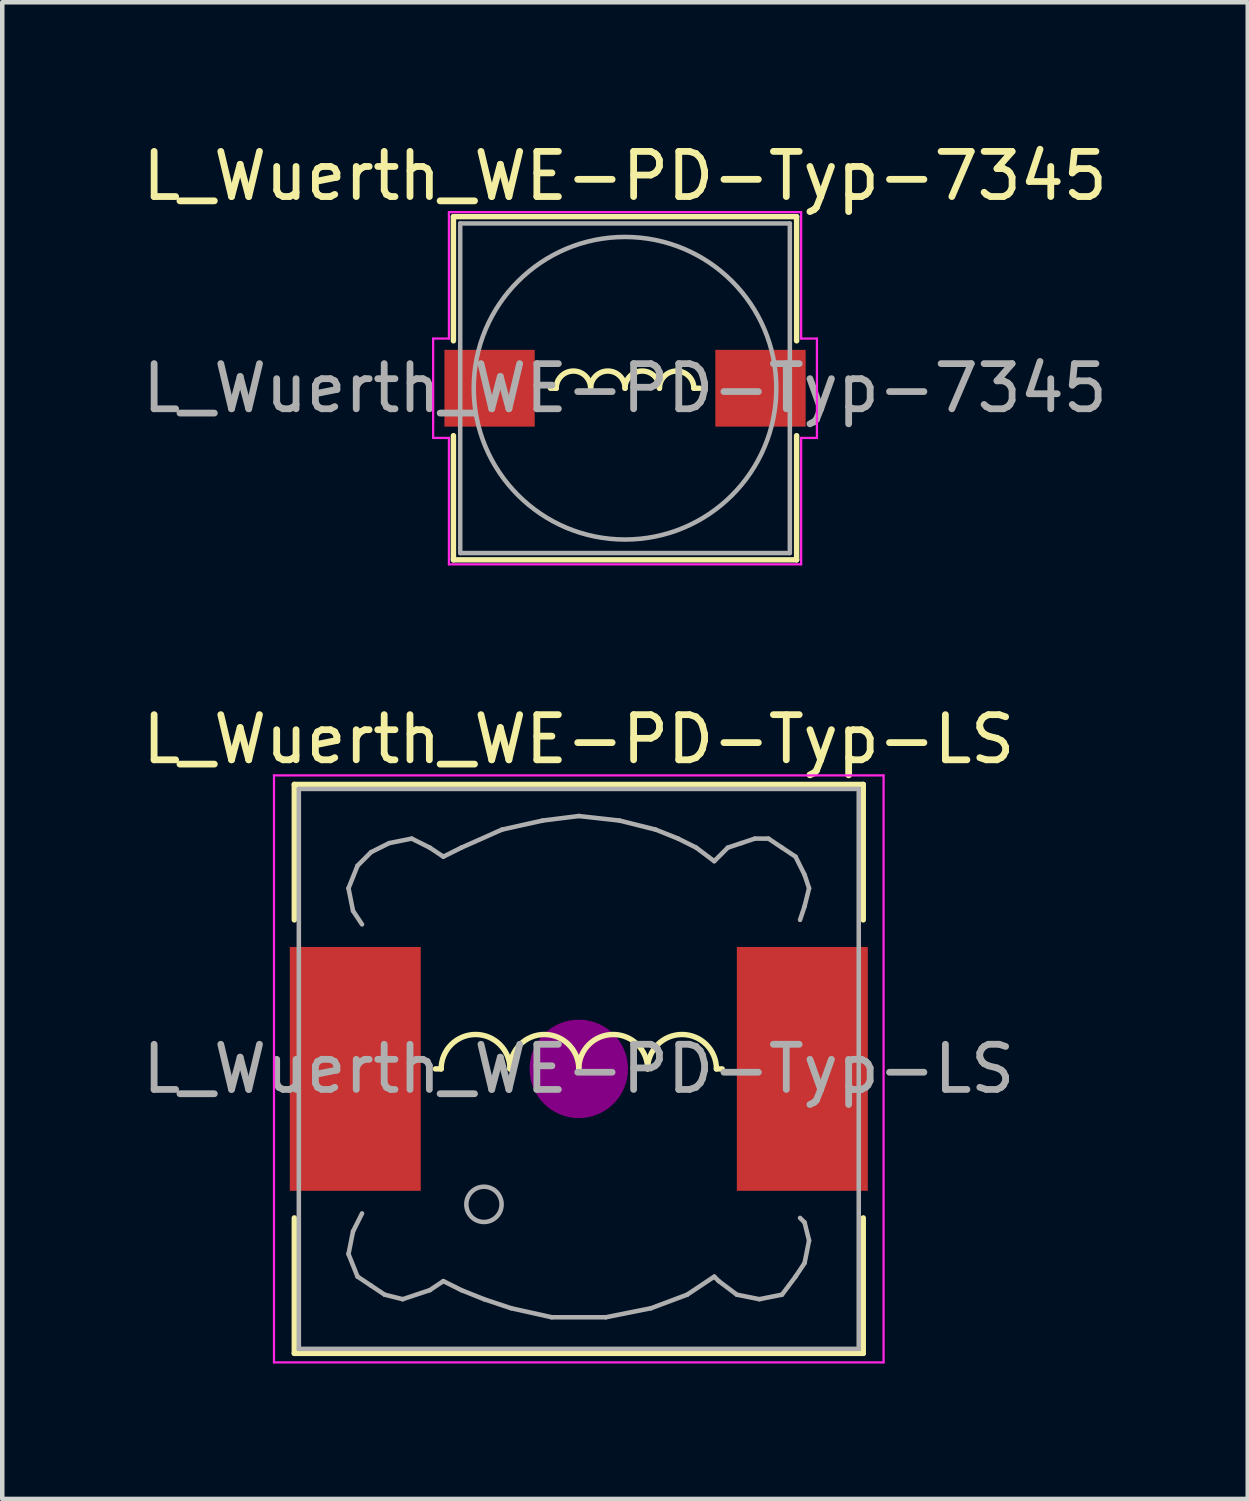
<source format=kicad_pcb>
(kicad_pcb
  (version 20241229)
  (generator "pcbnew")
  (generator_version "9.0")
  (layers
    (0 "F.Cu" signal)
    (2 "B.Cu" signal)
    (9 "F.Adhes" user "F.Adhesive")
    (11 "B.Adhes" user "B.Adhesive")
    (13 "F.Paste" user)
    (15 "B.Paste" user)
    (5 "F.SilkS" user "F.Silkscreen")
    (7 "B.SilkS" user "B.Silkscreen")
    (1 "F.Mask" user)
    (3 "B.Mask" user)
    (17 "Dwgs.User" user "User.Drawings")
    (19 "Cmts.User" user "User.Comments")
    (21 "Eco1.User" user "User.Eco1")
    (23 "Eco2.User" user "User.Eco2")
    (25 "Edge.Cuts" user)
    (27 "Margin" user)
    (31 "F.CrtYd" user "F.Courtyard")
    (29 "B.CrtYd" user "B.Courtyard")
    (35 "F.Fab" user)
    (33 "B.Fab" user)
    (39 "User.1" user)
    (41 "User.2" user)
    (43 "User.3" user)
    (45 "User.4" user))
  (footprint "L_Wuerth_WE-PD-Typ-7345"
    (layer "F.Cu")
    (at 10.792 5.548)
    (property "Reference" "L_Wuerth_WE-PD-Typ-7345" (at 0 -4.7 0) (layer "F.SilkS") (effects (font (size 1 1) (thickness 0.15))))
    (attr smd)
    (fp_line (start -3.8 -3.8) (end 3.8 -3.8) (stroke (width 0.12) (type solid)) (layer "F.SilkS"))
    (fp_line (start -3.8 -1.05) (end -3.8 -3.8) (stroke (width 0.12) (type solid)) (layer "F.SilkS"))
    (fp_line (start -3.8 3.8) (end -3.8 1.05) (stroke (width 0.12) (type solid)) (layer "F.SilkS"))
    (fp_line (start -3.8 3.8) (end 3.8 3.8) (stroke (width 0.12) (type solid)) (layer "F.SilkS"))
    (fp_line (start -1.524 0) (end -1.651 0) (stroke (width 0.12) (type solid)) (layer "F.SilkS"))
    (fp_line (start 1.524 0) (end 1.651 0) (stroke (width 0.12) (type solid)) (layer "F.SilkS"))
    (fp_line (start 3.8 -1.05) (end 3.8 -3.8) (stroke (width 0.12) (type solid)) (layer "F.SilkS"))
    (fp_line (start 3.8 3.8) (end 3.8 1.05) (stroke (width 0.12) (type solid)) (layer "F.SilkS"))
    (fp_arc (start -1.524 0) (mid -1.143 -0.381) (end -0.762 0) (stroke (width 0.12) (type solid)) (layer "F.SilkS"))
    (fp_arc (start -0.762 0) (mid -0.381 -0.381) (end 0 0) (stroke (width 0.12) (type solid)) (layer "F.SilkS"))
    (fp_arc (start 0 0) (mid 0.381 -0.381) (end 0.762 0) (stroke (width 0.12) (type solid)) (layer "F.SilkS"))
    (fp_arc (start 0.762 0) (mid 1.143 -0.381) (end 1.524 0) (stroke (width 0.12) (type solid)) (layer "F.SilkS"))
    (fp_line (start -4.25 -1.1) (end -3.9 -1.1) (stroke (width 0.05) (type solid)) (layer "F.CrtYd"))
    (fp_line (start -4.25 1.1) (end -4.25 -1.1) (stroke (width 0.05) (type solid)) (layer "F.CrtYd"))
    (fp_line (start -4.25 1.1) (end -3.9 1.1) (stroke (width 0.05) (type solid)) (layer "F.CrtYd"))
    (fp_line (start -3.9 -3.9) (end 3.9 -3.9) (stroke (width 0.05) (type solid)) (layer "F.CrtYd"))
    (fp_line (start -3.9 -1.1) (end -3.9 -3.9) (stroke (width 0.05) (type solid)) (layer "F.CrtYd"))
    (fp_line (start -3.9 3.9) (end -3.9 1.1) (stroke (width 0.05) (type solid)) (layer "F.CrtYd"))
    (fp_line (start 3.9 -1.1) (end 3.9 -3.9) (stroke (width 0.05) (type solid)) (layer "F.CrtYd"))
    (fp_line (start 3.9 -1.1) (end 4.25 -1.1) (stroke (width 0.05) (type solid)) (layer "F.CrtYd"))
    (fp_line (start 3.9 1.1) (end 4.25 1.1) (stroke (width 0.05) (type solid)) (layer "F.CrtYd"))
    (fp_line (start 3.9 3.9) (end -3.9 3.9) (stroke (width 0.05) (type solid)) (layer "F.CrtYd"))
    (fp_line (start 3.9 3.9) (end 3.9 1.1) (stroke (width 0.05) (type solid)) (layer "F.CrtYd"))
    (fp_line (start 4.25 1.1) (end 4.25 -1.1) (stroke (width 0.05) (type solid)) (layer "F.CrtYd"))
    (fp_line (start -3.65 -3.65) (end -3.65 3.65) (stroke (width 0.1) (type solid)) (layer "F.Fab"))
    (fp_line (start -3.65 3.65) (end 3.65 3.65) (stroke (width 0.1) (type solid)) (layer "F.Fab"))
    (fp_line (start 3.65 -3.65) (end -3.65 -3.65) (stroke (width 0.1) (type solid)) (layer "F.Fab"))
    (fp_line (start 3.65 3.65) (end 3.65 -3.65) (stroke (width 0.1) (type solid)) (layer "F.Fab"))
    (fp_circle (center 0 0) (end 3.35 -0.05) (stroke (width 0.1) (type solid)) (fill no) (layer "F.Fab"))
    (fp_text user "${REFERENCE}" (at 0 0 0) (layer "F.Fab") (effects (font (size 1 1) (thickness 0.15))))
    (pad "1" smd rect (at -3 0) (size 2 1.7) (layers "F.Cu" "F.Mask" "F.Paste"))
    (pad "2" smd rect (at 3 0) (size 2 1.7) (layers "F.Cu" "F.Mask" "F.Paste")))
  (footprint "L_Wuerth_WE-PD-Typ-LS"
    (layer "F.Cu")
    (at 9.768 20.622)
    (property "Reference" "L_Wuerth_WE-PD-Typ-LS" (at 0 -7.3 0) (layer "F.SilkS") (effects (font (size 1 1) (thickness 0.15))))
    (attr smd)
    (fp_line (start -6.3 -6.3) (end 6.3 -6.3) (stroke (width 0.12) (type solid)) (layer "F.SilkS"))
    (fp_line (start -6.3 -3.3) (end -6.3 -6.3) (stroke (width 0.12) (type solid)) (layer "F.SilkS"))
    (fp_line (start -6.3 6.3) (end -6.3 3.3) (stroke (width 0.12) (type solid)) (layer "F.SilkS"))
    (fp_line (start -3.048 0) (end -3.175 0) (stroke (width 0.12) (type solid)) (layer "F.SilkS"))
    (fp_line (start 3.175 0) (end 3.048 0) (stroke (width 0.12) (type solid)) (layer "F.SilkS"))
    (fp_line (start 6.3 -6.3) (end 6.3 -3.3) (stroke (width 0.12) (type solid)) (layer "F.SilkS"))
    (fp_line (start 6.3 3.3) (end 6.3 6.3) (stroke (width 0.12) (type solid)) (layer "F.SilkS"))
    (fp_line (start 6.3 6.3) (end -6.3 6.3) (stroke (width 0.12) (type solid)) (layer "F.SilkS"))
    (fp_arc (start -3.048 0) (mid -2.286 -0.762) (end -1.524 0) (stroke (width 0.12) (type solid)) (layer "F.SilkS"))
    (fp_arc (start -1.524 0) (mid -0.762 -0.762) (end 0 0) (stroke (width 0.12) (type solid)) (layer "F.SilkS"))
    (fp_arc (start 0 0) (mid 0.762 -0.762) (end 1.524 0) (stroke (width 0.12) (type solid)) (layer "F.SilkS"))
    (fp_arc (start 1.524 0) (mid 2.286 -0.762) (end 3.048 0) (stroke (width 0.12) (type solid)) (layer "F.SilkS"))
    (fp_circle (center 0 0) (end 0.15 0.15) (stroke (width 0.38) (type solid)) (fill no) (layer "F.Adhes"))
    (fp_circle (center 0 0) (end 0.55 0) (stroke (width 0.38) (type solid)) (fill no) (layer "F.Adhes"))
    (fp_circle (center 0 0) (end 0.9 0) (stroke (width 0.38) (type solid)) (fill no) (layer "F.Adhes"))
    (fp_line (start -6.75 -6.5) (end 6.75 -6.5) (stroke (width 0.05) (type solid)) (layer "F.CrtYd"))
    (fp_line (start -6.75 6.5) (end -6.75 -6.5) (stroke (width 0.05) (type solid)) (layer "F.CrtYd"))
    (fp_line (start 6.75 -6.5) (end 6.75 6.5) (stroke (width 0.05) (type solid)) (layer "F.CrtYd"))
    (fp_line (start 6.75 6.5) (end -6.75 6.5) (stroke (width 0.05) (type solid)) (layer "F.CrtYd"))
    (fp_line (start -6.2 -6.2) (end -6.2 6.2) (stroke (width 0.1) (type solid)) (layer "F.Fab"))
    (fp_line (start -6.2 6.2) (end 6.2 6.2) (stroke (width 0.1) (type solid)) (layer "F.Fab"))
    (fp_line (start -5.1 -4) (end -5 -3.5) (stroke (width 0.1) (type solid)) (layer "F.Fab"))
    (fp_line (start -5.1 4.1) (end -5 3.6) (stroke (width 0.1) (type solid)) (layer "F.Fab"))
    (fp_line (start -5 -3.5) (end -4.8 -3.2) (stroke (width 0.1) (type solid)) (layer "F.Fab"))
    (fp_line (start -5 3.6) (end -4.8 3.2) (stroke (width 0.1) (type solid)) (layer "F.Fab"))
    (fp_line (start -4.9 -4.5) (end -5.1 -4) (stroke (width 0.1) (type solid)) (layer "F.Fab"))
    (fp_line (start -4.9 4.6) (end -5.1 4.1) (stroke (width 0.1) (type solid)) (layer "F.Fab"))
    (fp_line (start -4.6 -4.8) (end -4.9 -4.5) (stroke (width 0.1) (type solid)) (layer "F.Fab"))
    (fp_line (start -4.6 4.8) (end -4.9 4.6) (stroke (width 0.1) (type solid)) (layer "F.Fab"))
    (fp_line (start -4.3 5) (end -4.6 4.8) (stroke (width 0.1) (type solid)) (layer "F.Fab"))
    (fp_line (start -4.2 -5) (end -4.6 -4.8) (stroke (width 0.1) (type solid)) (layer "F.Fab"))
    (fp_line (start -3.9 5.1) (end -4.3 5) (stroke (width 0.1) (type solid)) (layer "F.Fab"))
    (fp_line (start -3.7 -5.1) (end -4.2 -5) (stroke (width 0.1) (type solid)) (layer "F.Fab"))
    (fp_line (start -3.3 -4.9) (end -3.7 -5.1) (stroke (width 0.1) (type solid)) (layer "F.Fab"))
    (fp_line (start -3.3 4.9) (end -3.9 5.1) (stroke (width 0.1) (type solid)) (layer "F.Fab"))
    (fp_line (start -3 -4.7) (end -3.3 -4.9) (stroke (width 0.1) (type solid)) (layer "F.Fab"))
    (fp_line (start -3 4.7) (end -3.3 4.9) (stroke (width 0.1) (type solid)) (layer "F.Fab"))
    (fp_line (start -2.6 -4.9) (end -3 -4.7) (stroke (width 0.1) (type solid)) (layer "F.Fab"))
    (fp_line (start -2.6 4.9) (end -3 4.7) (stroke (width 0.1) (type solid)) (layer "F.Fab"))
    (fp_line (start -2.1 5.1) (end -2.6 4.9) (stroke (width 0.1) (type solid)) (layer "F.Fab"))
    (fp_line (start -1.7 -5.3) (end -2.6 -4.9) (stroke (width 0.1) (type solid)) (layer "F.Fab"))
    (fp_line (start -1.5 5.3) (end -2.1 5.1) (stroke (width 0.1) (type solid)) (layer "F.Fab"))
    (fp_line (start -0.8 -5.5) (end -1.7 -5.3) (stroke (width 0.1) (type solid)) (layer "F.Fab"))
    (fp_line (start -0.6 5.5) (end -1.5 5.3) (stroke (width 0.1) (type solid)) (layer "F.Fab"))
    (fp_line (start 0 -5.6) (end -0.8 -5.5) (stroke (width 0.1) (type solid)) (layer "F.Fab"))
    (fp_line (start 0.6 5.5) (end -0.6 5.5) (stroke (width 0.1) (type solid)) (layer "F.Fab"))
    (fp_line (start 0.9 -5.5) (end 0 -5.6) (stroke (width 0.1) (type solid)) (layer "F.Fab"))
    (fp_line (start 1.6 5.3) (end 0.6 5.5) (stroke (width 0.1) (type solid)) (layer "F.Fab"))
    (fp_line (start 1.7 -5.3) (end 0.9 -5.5) (stroke (width 0.1) (type solid)) (layer "F.Fab"))
    (fp_line (start 2.2 -5.1) (end 1.7 -5.3) (stroke (width 0.1) (type solid)) (layer "F.Fab"))
    (fp_line (start 2.4 5) (end 1.6 5.3) (stroke (width 0.1) (type solid)) (layer "F.Fab"))
    (fp_line (start 2.6 -4.9) (end 2.2 -5.1) (stroke (width 0.1) (type solid)) (layer "F.Fab"))
    (fp_line (start 3 -4.6) (end 2.6 -4.9) (stroke (width 0.1) (type solid)) (layer "F.Fab"))
    (fp_line (start 3 4.6) (end 2.4 5) (stroke (width 0.1) (type solid)) (layer "F.Fab"))
    (fp_line (start 3.1 4.7) (end 3 4.6) (stroke (width 0.1) (type solid)) (layer "F.Fab"))
    (fp_line (start 3.3 -4.9) (end 3 -4.6) (stroke (width 0.1) (type solid)) (layer "F.Fab"))
    (fp_line (start 3.5 5) (end 3.1 4.7) (stroke (width 0.1) (type solid)) (layer "F.Fab"))
    (fp_line (start 3.6 -5) (end 3.3 -4.9) (stroke (width 0.1) (type solid)) (layer "F.Fab"))
    (fp_line (start 3.9 -5.1) (end 3.6 -5) (stroke (width 0.1) (type solid)) (layer "F.Fab"))
    (fp_line (start 4 5.1) (end 3.5 5) (stroke (width 0.1) (type solid)) (layer "F.Fab"))
    (fp_line (start 4.2 -5.1) (end 3.9 -5.1) (stroke (width 0.1) (type solid)) (layer "F.Fab"))
    (fp_line (start 4.5 -4.9) (end 4.2 -5.1) (stroke (width 0.1) (type solid)) (layer "F.Fab"))
    (fp_line (start 4.5 5) (end 4 5.1) (stroke (width 0.1) (type solid)) (layer "F.Fab"))
    (fp_line (start 4.8 -4.7) (end 4.5 -4.9) (stroke (width 0.1) (type solid)) (layer "F.Fab"))
    (fp_line (start 4.8 4.6) (end 4.5 5) (stroke (width 0.1) (type solid)) (layer "F.Fab"))
    (fp_line (start 4.9 -3.3) (end 5 -3.6) (stroke (width 0.1) (type solid)) (layer "F.Fab"))
    (fp_line (start 4.9 3.3) (end 5 3.4) (stroke (width 0.1) (type solid)) (layer "F.Fab"))
    (fp_line (start 5 -4.3) (end 4.8 -4.7) (stroke (width 0.1) (type solid)) (layer "F.Fab"))
    (fp_line (start 5 -3.6) (end 5.1 -4) (stroke (width 0.1) (type solid)) (layer "F.Fab"))
    (fp_line (start 5 3.4) (end 5.1 3.8) (stroke (width 0.1) (type solid)) (layer "F.Fab"))
    (fp_line (start 5 4.3) (end 4.8 4.6) (stroke (width 0.1) (type solid)) (layer "F.Fab"))
    (fp_line (start 5.1 -4) (end 5 -4.3) (stroke (width 0.1) (type solid)) (layer "F.Fab"))
    (fp_line (start 5.1 3.8) (end 5 4.3) (stroke (width 0.1) (type solid)) (layer "F.Fab"))
    (fp_line (start 6.2 -6.2) (end -6.2 -6.2) (stroke (width 0.1) (type solid)) (layer "F.Fab"))
    (fp_line (start 6.2 6.2) (end 6.2 -6.2) (stroke (width 0.1) (type solid)) (layer "F.Fab"))
    (fp_circle (center -2.1 3) (end -1.8 3.25) (stroke (width 0.1) (type solid)) (fill no) (layer "F.Fab"))
    (fp_text user "${REFERENCE}" (at 0 0 0) (layer "F.Fab") (effects (font (size 1 1) (thickness 0.15))))
    (pad "1" smd rect (at -4.95 0) (size 2.9 5.4) (layers "F.Cu" "F.Mask" "F.Paste"))
    (pad "2" smd rect (at 4.95 0) (size 2.9 5.4) (layers "F.Cu" "F.Mask" "F.Paste")))
  (gr_rect
    (start -3 -3)
    (end 24.583 30.146)
    (stroke (width 0.1) (type default))
    (fill no)
    (layer "Edge.Cuts")))
</source>
